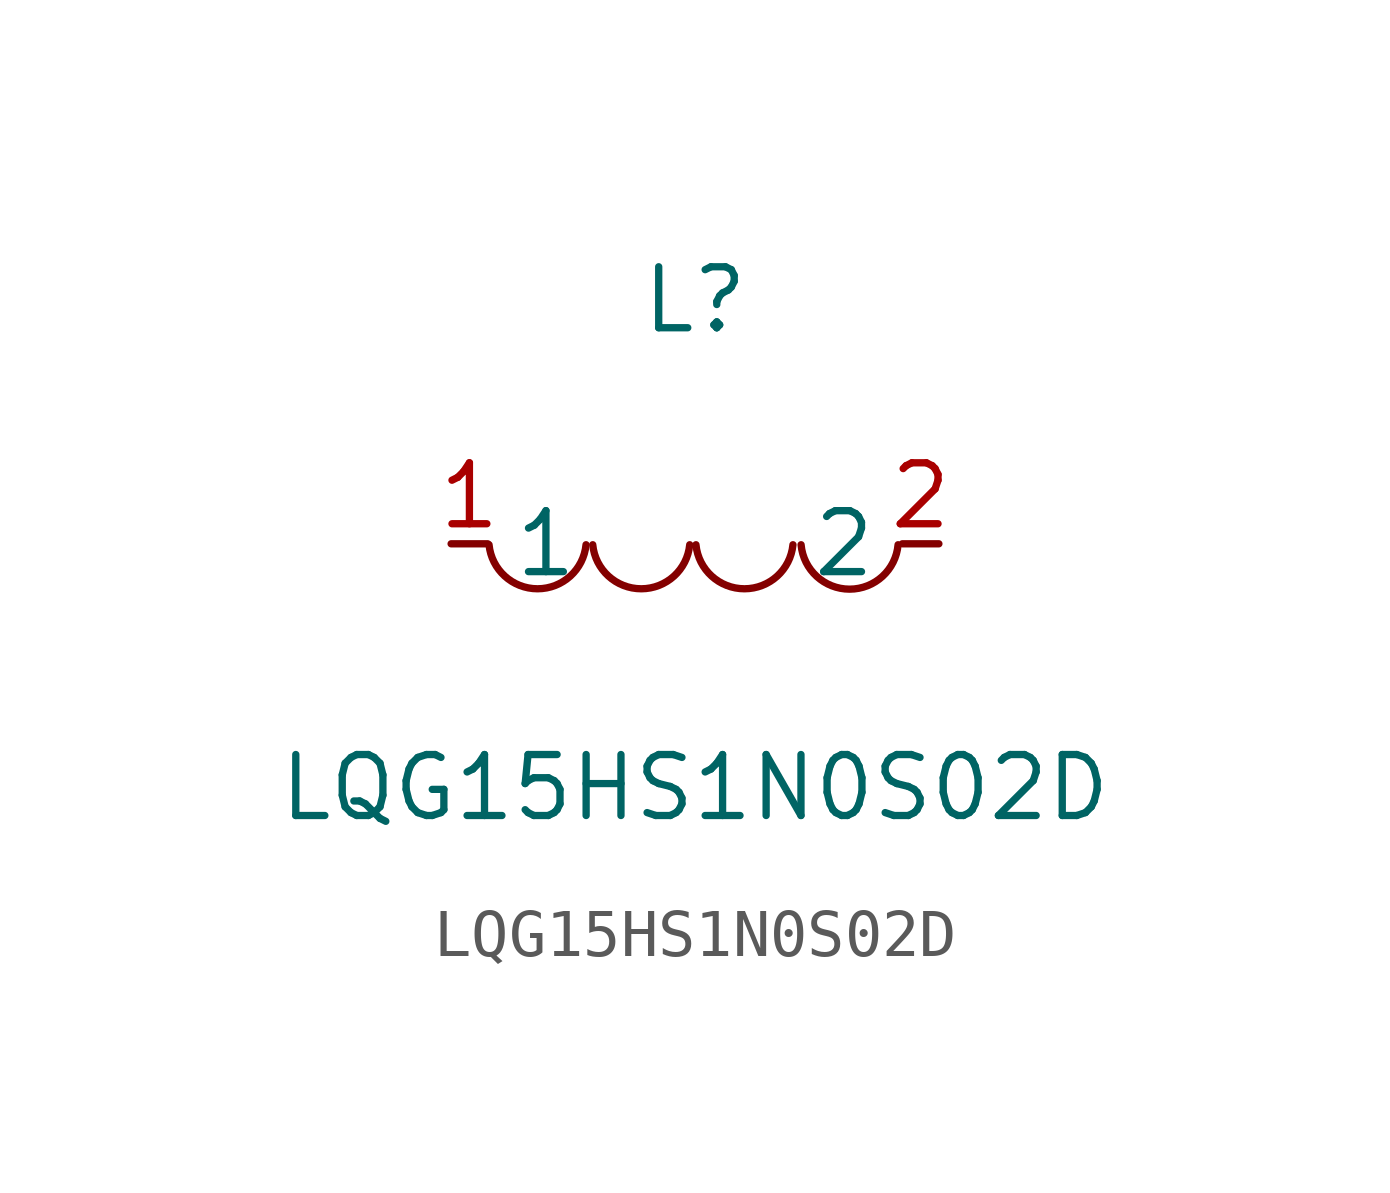
<source format=kicad_sym>
(kicad_symbol_lib
  (version 20211014)
  (generator https://github.com/uPesy/easyeda2kicad.py)
  (symbol "LQG15HS1N0S02D"
    (property "Reference" "L"
      (at 0 5.08 0)
      (effects (font (size 1.27 1.27))))
    (property "Value" "LQG15HS1N0S02D"
      (at 0 -5.08 0)
      (effects (font (size 1.27 1.27))))
    (symbol "LQG15HS1N0S02D_0_1"
      (arc (start -4.29 -0.02) (mid -2.52 -0.79) (end -2.27 -0.02) (stroke (width 0) (type default) (color 0 0 0 0)) (fill (type none)))
      (arc (start -2.13 -0.02) (mid -0.36 -0.79) (end -0.11 -0.02) (stroke (width 0) (type default) (color 0 0 0 0)) (fill (type none)))
      (arc (start 0.02 -0.02) (mid 1.79 -0.79) (end 2.04 -0.02) (stroke (width 0) (type default) (color 0 0 0 0)) (fill (type none)))
      (arc (start 2.21 -0.02) (mid 3.30 -1.12) (end 4.23 -0.02) (stroke (width 0) (type default) (color 0 0 0 0)) (fill (type none)))
      (pin unspecified line (at 5.08 -0.00 180) (length 0.762) (name "2" (effects (font (size 1.27 1.27)))) (number "2" (effects (font (size 1.27 1.27)))))
      (pin unspecified line (at -5.08 -0.00 0) (length 0.762) (name "1" (effects (font (size 1.27 1.27)))) (number "1" (effects (font (size 1.27 1.27))))))))
</source>
